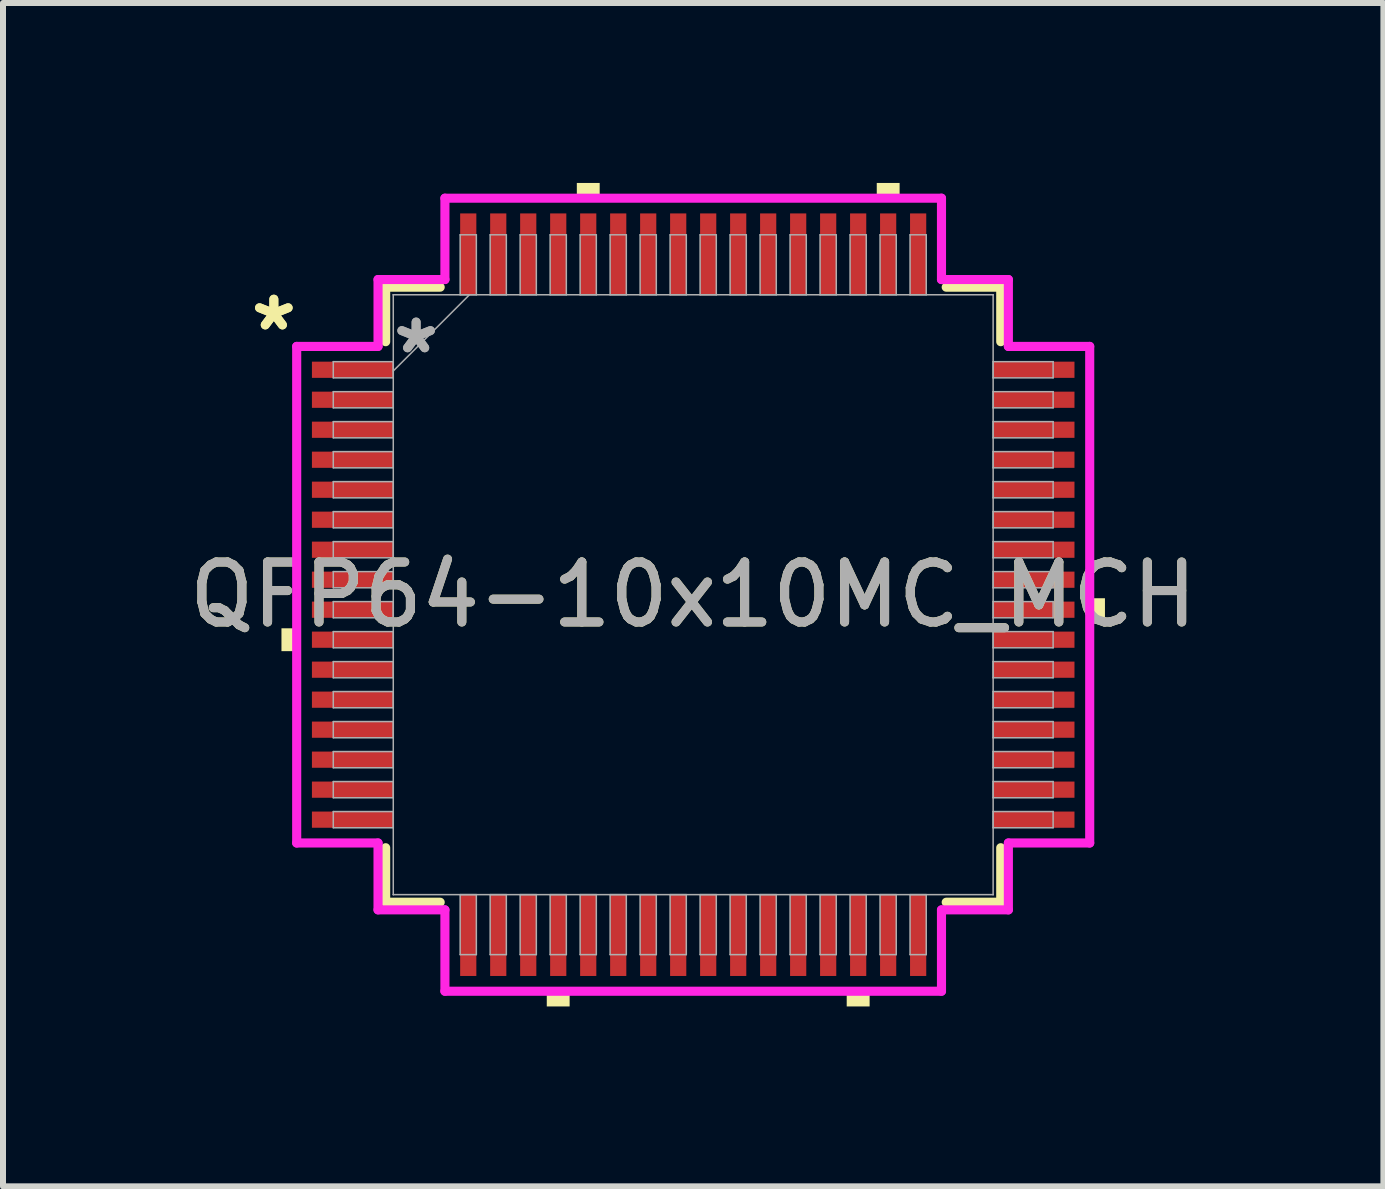
<source format=kicad_pcb>
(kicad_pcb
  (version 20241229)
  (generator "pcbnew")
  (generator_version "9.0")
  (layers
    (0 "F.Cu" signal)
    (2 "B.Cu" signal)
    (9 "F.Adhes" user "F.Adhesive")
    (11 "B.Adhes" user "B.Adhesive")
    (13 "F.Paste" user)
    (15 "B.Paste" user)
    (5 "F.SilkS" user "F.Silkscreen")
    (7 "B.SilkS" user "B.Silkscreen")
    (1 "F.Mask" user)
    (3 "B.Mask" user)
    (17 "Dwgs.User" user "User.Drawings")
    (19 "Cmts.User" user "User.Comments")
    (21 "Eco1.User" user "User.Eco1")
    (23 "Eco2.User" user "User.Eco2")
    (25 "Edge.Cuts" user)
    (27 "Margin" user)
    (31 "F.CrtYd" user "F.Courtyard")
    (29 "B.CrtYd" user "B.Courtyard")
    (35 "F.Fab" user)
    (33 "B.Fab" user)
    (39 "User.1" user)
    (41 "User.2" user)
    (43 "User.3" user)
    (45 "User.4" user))
  (footprint "QFP64-10x10MC_MCH"
    (layer "F.Cu")
    (at 8.506 6.864)
    (property "Reference" "QFP64-10x10MC_MCH" (at 0 0 0) (unlocked yes) (layer "F.SilkS") (effects (font (size 1 1) (thickness 0.15))))
    (attr smd)
    (fp_line (start -5.127 -5.127) (end -5.127 -4.218) (stroke (width 0.152) (type solid)) (layer "F.SilkS"))
    (fp_line (start -5.127 4.218) (end -5.127 5.127) (stroke (width 0.152) (type solid)) (layer "F.SilkS"))
    (fp_line (start -5.127 5.127) (end -4.218 5.127) (stroke (width 0.152) (type solid)) (layer "F.SilkS"))
    (fp_line (start -4.218 -5.127) (end -5.127 -5.127) (stroke (width 0.152) (type solid)) (layer "F.SilkS"))
    (fp_line (start 4.218 5.127) (end 5.127 5.127) (stroke (width 0.152) (type solid)) (layer "F.SilkS"))
    (fp_line (start 5.127 -5.127) (end 4.218 -5.127) (stroke (width 0.152) (type solid)) (layer "F.SilkS"))
    (fp_line (start 5.127 -4.218) (end 5.127 -5.127) (stroke (width 0.152) (type solid)) (layer "F.SilkS"))
    (fp_line (start 5.127 5.127) (end 5.127 4.218) (stroke (width 0.152) (type solid)) (layer "F.SilkS"))
    (fp_poly (pts (xy -6.864 0.56) (xy -6.864 0.941) (xy -6.61 0.941) (xy -6.61 0.56)) (stroke (width 0) (type solid)) (fill yes) (layer "F.SilkS"))
    (fp_poly (pts (xy -2.441 6.61) (xy -2.441 6.864) (xy -2.06 6.864) (xy -2.06 6.61)) (stroke (width 0) (type solid)) (fill yes) (layer "F.SilkS"))
    (fp_poly (pts (xy -1.94 -6.61) (xy -1.94 -6.864) (xy -1.559 -6.864) (xy -1.559 -6.61)) (stroke (width 0) (type solid)) (fill yes) (layer "F.SilkS"))
    (fp_poly (pts (xy 2.559 6.61) (xy 2.559 6.864) (xy 2.941 6.864) (xy 2.941 6.61)) (stroke (width 0) (type solid)) (fill yes) (layer "F.SilkS"))
    (fp_poly (pts (xy 3.06 -6.61) (xy 3.06 -6.864) (xy 3.441 -6.864) (xy 3.441 -6.61)) (stroke (width 0) (type solid)) (fill yes) (layer "F.SilkS"))
    (fp_poly (pts (xy 6.864 0.059) (xy 6.864 0.441) (xy 6.61 0.441) (xy 6.61 0.059)) (stroke (width 0) (type solid)) (fill yes) (layer "F.SilkS"))
    (fp_line (start -6.61 -4.139) (end -5.254 -4.139) (stroke (width 0.152) (type solid)) (layer "F.CrtYd"))
    (fp_line (start -6.61 4.139) (end -6.61 -4.139) (stroke (width 0.152) (type solid)) (layer "F.CrtYd"))
    (fp_line (start -5.254 -5.254) (end -4.139 -5.254) (stroke (width 0.152) (type solid)) (layer "F.CrtYd"))
    (fp_line (start -5.254 -4.139) (end -5.254 -5.254) (stroke (width 0.152) (type solid)) (layer "F.CrtYd"))
    (fp_line (start -5.254 4.139) (end -6.61 4.139) (stroke (width 0.152) (type solid)) (layer "F.CrtYd"))
    (fp_line (start -5.254 5.254) (end -5.254 4.139) (stroke (width 0.152) (type solid)) (layer "F.CrtYd"))
    (fp_line (start -5.254 5.254) (end -4.139 5.254) (stroke (width 0.152) (type solid)) (layer "F.CrtYd"))
    (fp_line (start -4.139 -6.61) (end 4.139 -6.61) (stroke (width 0.152) (type solid)) (layer "F.CrtYd"))
    (fp_line (start -4.139 -5.254) (end -4.139 -6.61) (stroke (width 0.152) (type solid)) (layer "F.CrtYd"))
    (fp_line (start -4.139 5.254) (end -4.139 6.61) (stroke (width 0.152) (type solid)) (layer "F.CrtYd"))
    (fp_line (start -4.139 6.61) (end 4.139 6.61) (stroke (width 0.152) (type solid)) (layer "F.CrtYd"))
    (fp_line (start 4.139 -6.61) (end 4.139 -5.254) (stroke (width 0.152) (type solid)) (layer "F.CrtYd"))
    (fp_line (start 4.139 -5.254) (end 5.254 -5.254) (stroke (width 0.152) (type solid)) (layer "F.CrtYd"))
    (fp_line (start 4.139 5.254) (end 5.254 5.254) (stroke (width 0.152) (type solid)) (layer "F.CrtYd"))
    (fp_line (start 4.139 6.61) (end 4.139 5.254) (stroke (width 0.152) (type solid)) (layer "F.CrtYd"))
    (fp_line (start 5.254 -4.139) (end 5.254 -5.254) (stroke (width 0.152) (type solid)) (layer "F.CrtYd"))
    (fp_line (start 5.254 4.139) (end 6.61 4.139) (stroke (width 0.152) (type solid)) (layer "F.CrtYd"))
    (fp_line (start 5.254 5.254) (end 5.254 4.139) (stroke (width 0.152) (type solid)) (layer "F.CrtYd"))
    (fp_line (start 6.61 -4.139) (end 5.254 -4.139) (stroke (width 0.152) (type solid)) (layer "F.CrtYd"))
    (fp_line (start 6.61 4.139) (end 6.61 -4.139) (stroke (width 0.152) (type solid)) (layer "F.CrtYd"))
    (fp_line (start -6 -3.885) (end -6 -3.615) (stroke (width 0.025) (type solid)) (layer "F.Fab"))
    (fp_line (start -6 -3.615) (end -5 -3.615) (stroke (width 0.025) (type solid)) (layer "F.Fab"))
    (fp_line (start -6 -3.385) (end -6 -3.115) (stroke (width 0.025) (type solid)) (layer "F.Fab"))
    (fp_line (start -6 -3.115) (end -5 -3.115) (stroke (width 0.025) (type solid)) (layer "F.Fab"))
    (fp_line (start -6 -2.885) (end -6 -2.615) (stroke (width 0.025) (type solid)) (layer "F.Fab"))
    (fp_line (start -6 -2.615) (end -5 -2.615) (stroke (width 0.025) (type solid)) (layer "F.Fab"))
    (fp_line (start -6 -2.385) (end -6 -2.115) (stroke (width 0.025) (type solid)) (layer "F.Fab"))
    (fp_line (start -6 -2.115) (end -5 -2.115) (stroke (width 0.025) (type solid)) (layer "F.Fab"))
    (fp_line (start -6 -1.885) (end -6 -1.615) (stroke (width 0.025) (type solid)) (layer "F.Fab"))
    (fp_line (start -6 -1.615) (end -5 -1.615) (stroke (width 0.025) (type solid)) (layer "F.Fab"))
    (fp_line (start -6 -1.385) (end -6 -1.115) (stroke (width 0.025) (type solid)) (layer "F.Fab"))
    (fp_line (start -6 -1.115) (end -5 -1.115) (stroke (width 0.025) (type solid)) (layer "F.Fab"))
    (fp_line (start -6 -0.885) (end -6 -0.615) (stroke (width 0.025) (type solid)) (layer "F.Fab"))
    (fp_line (start -6 -0.615) (end -5 -0.615) (stroke (width 0.025) (type solid)) (layer "F.Fab"))
    (fp_line (start -6 -0.385) (end -6 -0.115) (stroke (width 0.025) (type solid)) (layer "F.Fab"))
    (fp_line (start -6 -0.115) (end -5 -0.115) (stroke (width 0.025) (type solid)) (layer "F.Fab"))
    (fp_line (start -6 0.115) (end -6 0.385) (stroke (width 0.025) (type solid)) (layer "F.Fab"))
    (fp_line (start -6 0.385) (end -5 0.385) (stroke (width 0.025) (type solid)) (layer "F.Fab"))
    (fp_line (start -6 0.615) (end -6 0.885) (stroke (width 0.025) (type solid)) (layer "F.Fab"))
    (fp_line (start -6 0.885) (end -5 0.885) (stroke (width 0.025) (type solid)) (layer "F.Fab"))
    (fp_line (start -6 1.115) (end -6 1.385) (stroke (width 0.025) (type solid)) (layer "F.Fab"))
    (fp_line (start -6 1.385) (end -5 1.385) (stroke (width 0.025) (type solid)) (layer "F.Fab"))
    (fp_line (start -6 1.615) (end -6 1.885) (stroke (width 0.025) (type solid)) (layer "F.Fab"))
    (fp_line (start -6 1.885) (end -5 1.885) (stroke (width 0.025) (type solid)) (layer "F.Fab"))
    (fp_line (start -6 2.115) (end -6 2.385) (stroke (width 0.025) (type solid)) (layer "F.Fab"))
    (fp_line (start -6 2.385) (end -5 2.385) (stroke (width 0.025) (type solid)) (layer "F.Fab"))
    (fp_line (start -6 2.615) (end -6 2.885) (stroke (width 0.025) (type solid)) (layer "F.Fab"))
    (fp_line (start -6 2.885) (end -5 2.885) (stroke (width 0.025) (type solid)) (layer "F.Fab"))
    (fp_line (start -6 3.115) (end -6 3.385) (stroke (width 0.025) (type solid)) (layer "F.Fab"))
    (fp_line (start -6 3.385) (end -5 3.385) (stroke (width 0.025) (type solid)) (layer "F.Fab"))
    (fp_line (start -6 3.615) (end -6 3.885) (stroke (width 0.025) (type solid)) (layer "F.Fab"))
    (fp_line (start -6 3.885) (end -5 3.885) (stroke (width 0.025) (type solid)) (layer "F.Fab"))
    (fp_line (start -5 -5) (end -5 -5) (stroke (width 0.025) (type solid)) (layer "F.Fab"))
    (fp_line (start -5 -5) (end -5 5) (stroke (width 0.025) (type solid)) (layer "F.Fab"))
    (fp_line (start -5 -3.885) (end -6 -3.885) (stroke (width 0.025) (type solid)) (layer "F.Fab"))
    (fp_line (start -5 -3.73) (end -3.73 -5) (stroke (width 0.025) (type solid)) (layer "F.Fab"))
    (fp_line (start -5 -3.615) (end -5 -3.885) (stroke (width 0.025) (type solid)) (layer "F.Fab"))
    (fp_line (start -5 -3.385) (end -6 -3.385) (stroke (width 0.025) (type solid)) (layer "F.Fab"))
    (fp_line (start -5 -3.115) (end -5 -3.385) (stroke (width 0.025) (type solid)) (layer "F.Fab"))
    (fp_line (start -5 -2.885) (end -6 -2.885) (stroke (width 0.025) (type solid)) (layer "F.Fab"))
    (fp_line (start -5 -2.615) (end -5 -2.885) (stroke (width 0.025) (type solid)) (layer "F.Fab"))
    (fp_line (start -5 -2.385) (end -6 -2.385) (stroke (width 0.025) (type solid)) (layer "F.Fab"))
    (fp_line (start -5 -2.115) (end -5 -2.385) (stroke (width 0.025) (type solid)) (layer "F.Fab"))
    (fp_line (start -5 -1.885) (end -6 -1.885) (stroke (width 0.025) (type solid)) (layer "F.Fab"))
    (fp_line (start -5 -1.615) (end -5 -1.885) (stroke (width 0.025) (type solid)) (layer "F.Fab"))
    (fp_line (start -5 -1.385) (end -6 -1.385) (stroke (width 0.025) (type solid)) (layer "F.Fab"))
    (fp_line (start -5 -1.115) (end -5 -1.385) (stroke (width 0.025) (type solid)) (layer "F.Fab"))
    (fp_line (start -5 -0.885) (end -6 -0.885) (stroke (width 0.025) (type solid)) (layer "F.Fab"))
    (fp_line (start -5 -0.615) (end -5 -0.885) (stroke (width 0.025) (type solid)) (layer "F.Fab"))
    (fp_line (start -5 -0.385) (end -6 -0.385) (stroke (width 0.025) (type solid)) (layer "F.Fab"))
    (fp_line (start -5 -0.115) (end -5 -0.385) (stroke (width 0.025) (type solid)) (layer "F.Fab"))
    (fp_line (start -5 0.115) (end -6 0.115) (stroke (width 0.025) (type solid)) (layer "F.Fab"))
    (fp_line (start -5 0.385) (end -5 0.115) (stroke (width 0.025) (type solid)) (layer "F.Fab"))
    (fp_line (start -5 0.615) (end -6 0.615) (stroke (width 0.025) (type solid)) (layer "F.Fab"))
    (fp_line (start -5 0.885) (end -5 0.615) (stroke (width 0.025) (type solid)) (layer "F.Fab"))
    (fp_line (start -5 1.115) (end -6 1.115) (stroke (width 0.025) (type solid)) (layer "F.Fab"))
    (fp_line (start -5 1.385) (end -5 1.115) (stroke (width 0.025) (type solid)) (layer "F.Fab"))
    (fp_line (start -5 1.615) (end -6 1.615) (stroke (width 0.025) (type solid)) (layer "F.Fab"))
    (fp_line (start -5 1.885) (end -5 1.615) (stroke (width 0.025) (type solid)) (layer "F.Fab"))
    (fp_line (start -5 2.115) (end -6 2.115) (stroke (width 0.025) (type solid)) (layer "F.Fab"))
    (fp_line (start -5 2.385) (end -5 2.115) (stroke (width 0.025) (type solid)) (layer "F.Fab"))
    (fp_line (start -5 2.615) (end -6 2.615) (stroke (width 0.025) (type solid)) (layer "F.Fab"))
    (fp_line (start -5 2.885) (end -5 2.615) (stroke (width 0.025) (type solid)) (layer "F.Fab"))
    (fp_line (start -5 3.115) (end -6 3.115) (stroke (width 0.025) (type solid)) (layer "F.Fab"))
    (fp_line (start -5 3.385) (end -5 3.115) (stroke (width 0.025) (type solid)) (layer "F.Fab"))
    (fp_line (start -5 3.615) (end -6 3.615) (stroke (width 0.025) (type solid)) (layer "F.Fab"))
    (fp_line (start -5 3.885) (end -5 3.615) (stroke (width 0.025) (type solid)) (layer "F.Fab"))
    (fp_line (start -5 5) (end -5 5) (stroke (width 0.025) (type solid)) (layer "F.Fab"))
    (fp_line (start -5 5) (end 5 5) (stroke (width 0.025) (type solid)) (layer "F.Fab"))
    (fp_line (start -3.885 -6) (end -3.885 -5) (stroke (width 0.025) (type solid)) (layer "F.Fab"))
    (fp_line (start -3.885 -5) (end -3.615 -5) (stroke (width 0.025) (type solid)) (layer "F.Fab"))
    (fp_line (start -3.885 5) (end -3.885 6) (stroke (width 0.025) (type solid)) (layer "F.Fab"))
    (fp_line (start -3.885 6) (end -3.615 6) (stroke (width 0.025) (type solid)) (layer "F.Fab"))
    (fp_line (start -3.615 -6) (end -3.885 -6) (stroke (width 0.025) (type solid)) (layer "F.Fab"))
    (fp_line (start -3.615 -5) (end -3.615 -6) (stroke (width 0.025) (type solid)) (layer "F.Fab"))
    (fp_line (start -3.615 5) (end -3.885 5) (stroke (width 0.025) (type solid)) (layer "F.Fab"))
    (fp_line (start -3.615 6) (end -3.615 5) (stroke (width 0.025) (type solid)) (layer "F.Fab"))
    (fp_line (start -3.385 -6) (end -3.385 -5) (stroke (width 0.025) (type solid)) (layer "F.Fab"))
    (fp_line (start -3.385 -5) (end -3.115 -5) (stroke (width 0.025) (type solid)) (layer "F.Fab"))
    (fp_line (start -3.385 5) (end -3.385 6) (stroke (width 0.025) (type solid)) (layer "F.Fab"))
    (fp_line (start -3.385 6) (end -3.115 6) (stroke (width 0.025) (type solid)) (layer "F.Fab"))
    (fp_line (start -3.115 -6) (end -3.385 -6) (stroke (width 0.025) (type solid)) (layer "F.Fab"))
    (fp_line (start -3.115 -5) (end -3.115 -6) (stroke (width 0.025) (type solid)) (layer "F.Fab"))
    (fp_line (start -3.115 5) (end -3.385 5) (stroke (width 0.025) (type solid)) (layer "F.Fab"))
    (fp_line (start -3.115 6) (end -3.115 5) (stroke (width 0.025) (type solid)) (layer "F.Fab"))
    (fp_line (start -2.885 -6) (end -2.885 -5) (stroke (width 0.025) (type solid)) (layer "F.Fab"))
    (fp_line (start -2.885 -5) (end -2.615 -5) (stroke (width 0.025) (type solid)) (layer "F.Fab"))
    (fp_line (start -2.885 5) (end -2.885 6) (stroke (width 0.025) (type solid)) (layer "F.Fab"))
    (fp_line (start -2.885 6) (end -2.615 6) (stroke (width 0.025) (type solid)) (layer "F.Fab"))
    (fp_line (start -2.615 -6) (end -2.885 -6) (stroke (width 0.025) (type solid)) (layer "F.Fab"))
    (fp_line (start -2.615 -5) (end -2.615 -6) (stroke (width 0.025) (type solid)) (layer "F.Fab"))
    (fp_line (start -2.615 5) (end -2.885 5) (stroke (width 0.025) (type solid)) (layer "F.Fab"))
    (fp_line (start -2.615 6) (end -2.615 5) (stroke (width 0.025) (type solid)) (layer "F.Fab"))
    (fp_line (start -2.385 -6) (end -2.385 -5) (stroke (width 0.025) (type solid)) (layer "F.Fab"))
    (fp_line (start -2.385 -5) (end -2.115 -5) (stroke (width 0.025) (type solid)) (layer "F.Fab"))
    (fp_line (start -2.385 5) (end -2.385 6) (stroke (width 0.025) (type solid)) (layer "F.Fab"))
    (fp_line (start -2.385 6) (end -2.115 6) (stroke (width 0.025) (type solid)) (layer "F.Fab"))
    (fp_line (start -2.115 -6) (end -2.385 -6) (stroke (width 0.025) (type solid)) (layer "F.Fab"))
    (fp_line (start -2.115 -5) (end -2.115 -6) (stroke (width 0.025) (type solid)) (layer "F.Fab"))
    (fp_line (start -2.115 5) (end -2.385 5) (stroke (width 0.025) (type solid)) (layer "F.Fab"))
    (fp_line (start -2.115 6) (end -2.115 5) (stroke (width 0.025) (type solid)) (layer "F.Fab"))
    (fp_line (start -1.885 -6) (end -1.885 -5) (stroke (width 0.025) (type solid)) (layer "F.Fab"))
    (fp_line (start -1.885 -5) (end -1.615 -5) (stroke (width 0.025) (type solid)) (layer "F.Fab"))
    (fp_line (start -1.885 5) (end -1.885 6) (stroke (width 0.025) (type solid)) (layer "F.Fab"))
    (fp_line (start -1.885 6) (end -1.615 6) (stroke (width 0.025) (type solid)) (layer "F.Fab"))
    (fp_line (start -1.615 -6) (end -1.885 -6) (stroke (width 0.025) (type solid)) (layer "F.Fab"))
    (fp_line (start -1.615 -5) (end -1.615 -6) (stroke (width 0.025) (type solid)) (layer "F.Fab"))
    (fp_line (start -1.615 5) (end -1.885 5) (stroke (width 0.025) (type solid)) (layer "F.Fab"))
    (fp_line (start -1.615 6) (end -1.615 5) (stroke (width 0.025) (type solid)) (layer "F.Fab"))
    (fp_line (start -1.385 -6) (end -1.385 -5) (stroke (width 0.025) (type solid)) (layer "F.Fab"))
    (fp_line (start -1.385 -5) (end -1.115 -5) (stroke (width 0.025) (type solid)) (layer "F.Fab"))
    (fp_line (start -1.385 5) (end -1.385 6) (stroke (width 0.025) (type solid)) (layer "F.Fab"))
    (fp_line (start -1.385 6) (end -1.115 6) (stroke (width 0.025) (type solid)) (layer "F.Fab"))
    (fp_line (start -1.115 -6) (end -1.385 -6) (stroke (width 0.025) (type solid)) (layer "F.Fab"))
    (fp_line (start -1.115 -5) (end -1.115 -6) (stroke (width 0.025) (type solid)) (layer "F.Fab"))
    (fp_line (start -1.115 5) (end -1.385 5) (stroke (width 0.025) (type solid)) (layer "F.Fab"))
    (fp_line (start -1.115 6) (end -1.115 5) (stroke (width 0.025) (type solid)) (layer "F.Fab"))
    (fp_line (start -0.885 -6) (end -0.885 -5) (stroke (width 0.025) (type solid)) (layer "F.Fab"))
    (fp_line (start -0.885 -5) (end -0.615 -5) (stroke (width 0.025) (type solid)) (layer "F.Fab"))
    (fp_line (start -0.885 5) (end -0.885 6) (stroke (width 0.025) (type solid)) (layer "F.Fab"))
    (fp_line (start -0.885 6) (end -0.615 6) (stroke (width 0.025) (type solid)) (layer "F.Fab"))
    (fp_line (start -0.615 -6) (end -0.885 -6) (stroke (width 0.025) (type solid)) (layer "F.Fab"))
    (fp_line (start -0.615 -5) (end -0.615 -6) (stroke (width 0.025) (type solid)) (layer "F.Fab"))
    (fp_line (start -0.615 5) (end -0.885 5) (stroke (width 0.025) (type solid)) (layer "F.Fab"))
    (fp_line (start -0.615 6) (end -0.615 5) (stroke (width 0.025) (type solid)) (layer "F.Fab"))
    (fp_line (start -0.385 -6) (end -0.385 -5) (stroke (width 0.025) (type solid)) (layer "F.Fab"))
    (fp_line (start -0.385 -5) (end -0.115 -5) (stroke (width 0.025) (type solid)) (layer "F.Fab"))
    (fp_line (start -0.385 5) (end -0.385 6) (stroke (width 0.025) (type solid)) (layer "F.Fab"))
    (fp_line (start -0.385 6) (end -0.115 6) (stroke (width 0.025) (type solid)) (layer "F.Fab"))
    (fp_line (start -0.115 -6) (end -0.385 -6) (stroke (width 0.025) (type solid)) (layer "F.Fab"))
    (fp_line (start -0.115 -5) (end -0.115 -6) (stroke (width 0.025) (type solid)) (layer "F.Fab"))
    (fp_line (start -0.115 5) (end -0.385 5) (stroke (width 0.025) (type solid)) (layer "F.Fab"))
    (fp_line (start -0.115 6) (end -0.115 5) (stroke (width 0.025) (type solid)) (layer "F.Fab"))
    (fp_line (start 0.115 -6) (end 0.115 -5) (stroke (width 0.025) (type solid)) (layer "F.Fab"))
    (fp_line (start 0.115 -5) (end 0.385 -5) (stroke (width 0.025) (type solid)) (layer "F.Fab"))
    (fp_line (start 0.115 5) (end 0.115 6) (stroke (width 0.025) (type solid)) (layer "F.Fab"))
    (fp_line (start 0.115 6) (end 0.385 6) (stroke (width 0.025) (type solid)) (layer "F.Fab"))
    (fp_line (start 0.385 -6) (end 0.115 -6) (stroke (width 0.025) (type solid)) (layer "F.Fab"))
    (fp_line (start 0.385 -5) (end 0.385 -6) (stroke (width 0.025) (type solid)) (layer "F.Fab"))
    (fp_line (start 0.385 5) (end 0.115 5) (stroke (width 0.025) (type solid)) (layer "F.Fab"))
    (fp_line (start 0.385 6) (end 0.385 5) (stroke (width 0.025) (type solid)) (layer "F.Fab"))
    (fp_line (start 0.615 -6) (end 0.615 -5) (stroke (width 0.025) (type solid)) (layer "F.Fab"))
    (fp_line (start 0.615 -5) (end 0.885 -5) (stroke (width 0.025) (type solid)) (layer "F.Fab"))
    (fp_line (start 0.615 5) (end 0.615 6) (stroke (width 0.025) (type solid)) (layer "F.Fab"))
    (fp_line (start 0.615 6) (end 0.885 6) (stroke (width 0.025) (type solid)) (layer "F.Fab"))
    (fp_line (start 0.885 -6) (end 0.615 -6) (stroke (width 0.025) (type solid)) (layer "F.Fab"))
    (fp_line (start 0.885 -5) (end 0.885 -6) (stroke (width 0.025) (type solid)) (layer "F.Fab"))
    (fp_line (start 0.885 5) (end 0.615 5) (stroke (width 0.025) (type solid)) (layer "F.Fab"))
    (fp_line (start 0.885 6) (end 0.885 5) (stroke (width 0.025) (type solid)) (layer "F.Fab"))
    (fp_line (start 1.115 -6) (end 1.115 -5) (stroke (width 0.025) (type solid)) (layer "F.Fab"))
    (fp_line (start 1.115 -5) (end 1.385 -5) (stroke (width 0.025) (type solid)) (layer "F.Fab"))
    (fp_line (start 1.115 5) (end 1.115 6) (stroke (width 0.025) (type solid)) (layer "F.Fab"))
    (fp_line (start 1.115 6) (end 1.385 6) (stroke (width 0.025) (type solid)) (layer "F.Fab"))
    (fp_line (start 1.385 -6) (end 1.115 -6) (stroke (width 0.025) (type solid)) (layer "F.Fab"))
    (fp_line (start 1.385 -5) (end 1.385 -6) (stroke (width 0.025) (type solid)) (layer "F.Fab"))
    (fp_line (start 1.385 5) (end 1.115 5) (stroke (width 0.025) (type solid)) (layer "F.Fab"))
    (fp_line (start 1.385 6) (end 1.385 5) (stroke (width 0.025) (type solid)) (layer "F.Fab"))
    (fp_line (start 1.615 -6) (end 1.615 -5) (stroke (width 0.025) (type solid)) (layer "F.Fab"))
    (fp_line (start 1.615 -5) (end 1.885 -5) (stroke (width 0.025) (type solid)) (layer "F.Fab"))
    (fp_line (start 1.615 5) (end 1.615 6) (stroke (width 0.025) (type solid)) (layer "F.Fab"))
    (fp_line (start 1.615 6) (end 1.885 6) (stroke (width 0.025) (type solid)) (layer "F.Fab"))
    (fp_line (start 1.885 -6) (end 1.615 -6) (stroke (width 0.025) (type solid)) (layer "F.Fab"))
    (fp_line (start 1.885 -5) (end 1.885 -6) (stroke (width 0.025) (type solid)) (layer "F.Fab"))
    (fp_line (start 1.885 5) (end 1.615 5) (stroke (width 0.025) (type solid)) (layer "F.Fab"))
    (fp_line (start 1.885 6) (end 1.885 5) (stroke (width 0.025) (type solid)) (layer "F.Fab"))
    (fp_line (start 2.115 -6) (end 2.115 -5) (stroke (width 0.025) (type solid)) (layer "F.Fab"))
    (fp_line (start 2.115 -5) (end 2.385 -5) (stroke (width 0.025) (type solid)) (layer "F.Fab"))
    (fp_line (start 2.115 5) (end 2.115 6) (stroke (width 0.025) (type solid)) (layer "F.Fab"))
    (fp_line (start 2.115 6) (end 2.385 6) (stroke (width 0.025) (type solid)) (layer "F.Fab"))
    (fp_line (start 2.385 -6) (end 2.115 -6) (stroke (width 0.025) (type solid)) (layer "F.Fab"))
    (fp_line (start 2.385 -5) (end 2.385 -6) (stroke (width 0.025) (type solid)) (layer "F.Fab"))
    (fp_line (start 2.385 5) (end 2.115 5) (stroke (width 0.025) (type solid)) (layer "F.Fab"))
    (fp_line (start 2.385 6) (end 2.385 5) (stroke (width 0.025) (type solid)) (layer "F.Fab"))
    (fp_line (start 2.615 -6) (end 2.615 -5) (stroke (width 0.025) (type solid)) (layer "F.Fab"))
    (fp_line (start 2.615 -5) (end 2.885 -5) (stroke (width 0.025) (type solid)) (layer "F.Fab"))
    (fp_line (start 2.615 5) (end 2.615 6) (stroke (width 0.025) (type solid)) (layer "F.Fab"))
    (fp_line (start 2.615 6) (end 2.885 6) (stroke (width 0.025) (type solid)) (layer "F.Fab"))
    (fp_line (start 2.885 -6) (end 2.615 -6) (stroke (width 0.025) (type solid)) (layer "F.Fab"))
    (fp_line (start 2.885 -5) (end 2.885 -6) (stroke (width 0.025) (type solid)) (layer "F.Fab"))
    (fp_line (start 2.885 5) (end 2.615 5) (stroke (width 0.025) (type solid)) (layer "F.Fab"))
    (fp_line (start 2.885 6) (end 2.885 5) (stroke (width 0.025) (type solid)) (layer "F.Fab"))
    (fp_line (start 3.115 -6) (end 3.115 -5) (stroke (width 0.025) (type solid)) (layer "F.Fab"))
    (fp_line (start 3.115 -5) (end 3.385 -5) (stroke (width 0.025) (type solid)) (layer "F.Fab"))
    (fp_line (start 3.115 5) (end 3.115 6) (stroke (width 0.025) (type solid)) (layer "F.Fab"))
    (fp_line (start 3.115 6) (end 3.385 6) (stroke (width 0.025) (type solid)) (layer "F.Fab"))
    (fp_line (start 3.385 -6) (end 3.115 -6) (stroke (width 0.025) (type solid)) (layer "F.Fab"))
    (fp_line (start 3.385 -5) (end 3.385 -6) (stroke (width 0.025) (type solid)) (layer "F.Fab"))
    (fp_line (start 3.385 5) (end 3.115 5) (stroke (width 0.025) (type solid)) (layer "F.Fab"))
    (fp_line (start 3.385 6) (end 3.385 5) (stroke (width 0.025) (type solid)) (layer "F.Fab"))
    (fp_line (start 3.615 -6) (end 3.615 -5) (stroke (width 0.025) (type solid)) (layer "F.Fab"))
    (fp_line (start 3.615 -5) (end 3.885 -5) (stroke (width 0.025) (type solid)) (layer "F.Fab"))
    (fp_line (start 3.615 5) (end 3.615 6) (stroke (width 0.025) (type solid)) (layer "F.Fab"))
    (fp_line (start 3.615 6) (end 3.885 6) (stroke (width 0.025) (type solid)) (layer "F.Fab"))
    (fp_line (start 3.885 -6) (end 3.615 -6) (stroke (width 0.025) (type solid)) (layer "F.Fab"))
    (fp_line (start 3.885 -5) (end 3.885 -6) (stroke (width 0.025) (type solid)) (layer "F.Fab"))
    (fp_line (start 3.885 5) (end 3.615 5) (stroke (width 0.025) (type solid)) (layer "F.Fab"))
    (fp_line (start 3.885 6) (end 3.885 5) (stroke (width 0.025) (type solid)) (layer "F.Fab"))
    (fp_line (start 5 -5) (end -5 -5) (stroke (width 0.025) (type solid)) (layer "F.Fab"))
    (fp_line (start 5 -5) (end 5 -5) (stroke (width 0.025) (type solid)) (layer "F.Fab"))
    (fp_line (start 5 -3.885) (end 5 -3.615) (stroke (width 0.025) (type solid)) (layer "F.Fab"))
    (fp_line (start 5 -3.615) (end 6 -3.615) (stroke (width 0.025) (type solid)) (layer "F.Fab"))
    (fp_line (start 5 -3.385) (end 5 -3.115) (stroke (width 0.025) (type solid)) (layer "F.Fab"))
    (fp_line (start 5 -3.115) (end 6 -3.115) (stroke (width 0.025) (type solid)) (layer "F.Fab"))
    (fp_line (start 5 -2.885) (end 5 -2.615) (stroke (width 0.025) (type solid)) (layer "F.Fab"))
    (fp_line (start 5 -2.615) (end 6 -2.615) (stroke (width 0.025) (type solid)) (layer "F.Fab"))
    (fp_line (start 5 -2.385) (end 5 -2.115) (stroke (width 0.025) (type solid)) (layer "F.Fab"))
    (fp_line (start 5 -2.115) (end 6 -2.115) (stroke (width 0.025) (type solid)) (layer "F.Fab"))
    (fp_line (start 5 -1.885) (end 5 -1.615) (stroke (width 0.025) (type solid)) (layer "F.Fab"))
    (fp_line (start 5 -1.615) (end 6 -1.615) (stroke (width 0.025) (type solid)) (layer "F.Fab"))
    (fp_line (start 5 -1.385) (end 5 -1.115) (stroke (width 0.025) (type solid)) (layer "F.Fab"))
    (fp_line (start 5 -1.115) (end 6 -1.115) (stroke (width 0.025) (type solid)) (layer "F.Fab"))
    (fp_line (start 5 -0.885) (end 5 -0.615) (stroke (width 0.025) (type solid)) (layer "F.Fab"))
    (fp_line (start 5 -0.615) (end 6 -0.615) (stroke (width 0.025) (type solid)) (layer "F.Fab"))
    (fp_line (start 5 -0.385) (end 5 -0.115) (stroke (width 0.025) (type solid)) (layer "F.Fab"))
    (fp_line (start 5 -0.115) (end 6 -0.115) (stroke (width 0.025) (type solid)) (layer "F.Fab"))
    (fp_line (start 5 0.115) (end 5 0.385) (stroke (width 0.025) (type solid)) (layer "F.Fab"))
    (fp_line (start 5 0.385) (end 6 0.385) (stroke (width 0.025) (type solid)) (layer "F.Fab"))
    (fp_line (start 5 0.615) (end 5 0.885) (stroke (width 0.025) (type solid)) (layer "F.Fab"))
    (fp_line (start 5 0.885) (end 6 0.885) (stroke (width 0.025) (type solid)) (layer "F.Fab"))
    (fp_line (start 5 1.115) (end 5 1.385) (stroke (width 0.025) (type solid)) (layer "F.Fab"))
    (fp_line (start 5 1.385) (end 6 1.385) (stroke (width 0.025) (type solid)) (layer "F.Fab"))
    (fp_line (start 5 1.615) (end 5 1.885) (stroke (width 0.025) (type solid)) (layer "F.Fab"))
    (fp_line (start 5 1.885) (end 6 1.885) (stroke (width 0.025) (type solid)) (layer "F.Fab"))
    (fp_line (start 5 2.115) (end 5 2.385) (stroke (width 0.025) (type solid)) (layer "F.Fab"))
    (fp_line (start 5 2.385) (end 6 2.385) (stroke (width 0.025) (type solid)) (layer "F.Fab"))
    (fp_line (start 5 2.615) (end 5 2.885) (stroke (width 0.025) (type solid)) (layer "F.Fab"))
    (fp_line (start 5 2.885) (end 6 2.885) (stroke (width 0.025) (type solid)) (layer "F.Fab"))
    (fp_line (start 5 3.115) (end 5 3.385) (stroke (width 0.025) (type solid)) (layer "F.Fab"))
    (fp_line (start 5 3.385) (end 6 3.385) (stroke (width 0.025) (type solid)) (layer "F.Fab"))
    (fp_line (start 5 3.615) (end 5 3.885) (stroke (width 0.025) (type solid)) (layer "F.Fab"))
    (fp_line (start 5 3.885) (end 6 3.885) (stroke (width 0.025) (type solid)) (layer "F.Fab"))
    (fp_line (start 5 5) (end 5 -5) (stroke (width 0.025) (type solid)) (layer "F.Fab"))
    (fp_line (start 5 5) (end 5 5) (stroke (width 0.025) (type solid)) (layer "F.Fab"))
    (fp_line (start 6 -3.885) (end 5 -3.885) (stroke (width 0.025) (type solid)) (layer "F.Fab"))
    (fp_line (start 6 -3.615) (end 6 -3.885) (stroke (width 0.025) (type solid)) (layer "F.Fab"))
    (fp_line (start 6 -3.385) (end 5 -3.385) (stroke (width 0.025) (type solid)) (layer "F.Fab"))
    (fp_line (start 6 -3.115) (end 6 -3.385) (stroke (width 0.025) (type solid)) (layer "F.Fab"))
    (fp_line (start 6 -2.885) (end 5 -2.885) (stroke (width 0.025) (type solid)) (layer "F.Fab"))
    (fp_line (start 6 -2.615) (end 6 -2.885) (stroke (width 0.025) (type solid)) (layer "F.Fab"))
    (fp_line (start 6 -2.385) (end 5 -2.385) (stroke (width 0.025) (type solid)) (layer "F.Fab"))
    (fp_line (start 6 -2.115) (end 6 -2.385) (stroke (width 0.025) (type solid)) (layer "F.Fab"))
    (fp_line (start 6 -1.885) (end 5 -1.885) (stroke (width 0.025) (type solid)) (layer "F.Fab"))
    (fp_line (start 6 -1.615) (end 6 -1.885) (stroke (width 0.025) (type solid)) (layer "F.Fab"))
    (fp_line (start 6 -1.385) (end 5 -1.385) (stroke (width 0.025) (type solid)) (layer "F.Fab"))
    (fp_line (start 6 -1.115) (end 6 -1.385) (stroke (width 0.025) (type solid)) (layer "F.Fab"))
    (fp_line (start 6 -0.885) (end 5 -0.885) (stroke (width 0.025) (type solid)) (layer "F.Fab"))
    (fp_line (start 6 -0.615) (end 6 -0.885) (stroke (width 0.025) (type solid)) (layer "F.Fab"))
    (fp_line (start 6 -0.385) (end 5 -0.385) (stroke (width 0.025) (type solid)) (layer "F.Fab"))
    (fp_line (start 6 -0.115) (end 6 -0.385) (stroke (width 0.025) (type solid)) (layer "F.Fab"))
    (fp_line (start 6 0.115) (end 5 0.115) (stroke (width 0.025) (type solid)) (layer "F.Fab"))
    (fp_line (start 6 0.385) (end 6 0.115) (stroke (width 0.025) (type solid)) (layer "F.Fab"))
    (fp_line (start 6 0.615) (end 5 0.615) (stroke (width 0.025) (type solid)) (layer "F.Fab"))
    (fp_line (start 6 0.885) (end 6 0.615) (stroke (width 0.025) (type solid)) (layer "F.Fab"))
    (fp_line (start 6 1.115) (end 5 1.115) (stroke (width 0.025) (type solid)) (layer "F.Fab"))
    (fp_line (start 6 1.385) (end 6 1.115) (stroke (width 0.025) (type solid)) (layer "F.Fab"))
    (fp_line (start 6 1.615) (end 5 1.615) (stroke (width 0.025) (type solid)) (layer "F.Fab"))
    (fp_line (start 6 1.885) (end 6 1.615) (stroke (width 0.025) (type solid)) (layer "F.Fab"))
    (fp_line (start 6 2.115) (end 5 2.115) (stroke (width 0.025) (type solid)) (layer "F.Fab"))
    (fp_line (start 6 2.385) (end 6 2.115) (stroke (width 0.025) (type solid)) (layer "F.Fab"))
    (fp_line (start 6 2.615) (end 5 2.615) (stroke (width 0.025) (type solid)) (layer "F.Fab"))
    (fp_line (start 6 2.885) (end 6 2.615) (stroke (width 0.025) (type solid)) (layer "F.Fab"))
    (fp_line (start 6 3.115) (end 5 3.115) (stroke (width 0.025) (type solid)) (layer "F.Fab"))
    (fp_line (start 6 3.385) (end 6 3.115) (stroke (width 0.025) (type solid)) (layer "F.Fab"))
    (fp_line (start 6 3.615) (end 5 3.615) (stroke (width 0.025) (type solid)) (layer "F.Fab"))
    (fp_line (start 6 3.885) (end 6 3.615) (stroke (width 0.025) (type solid)) (layer "F.Fab"))
    (fp_text user "*" (at -6.991 -4.381 0) (layer "F.SilkS") (effects (font (size 1 1) (thickness 0.15))))
    (fp_text user "*" (at -6.991 -4.381 0) (unlocked yes) (layer "F.SilkS") (effects (font (size 1 1) (thickness 0.15))))
    (fp_text user "*" (at -4.619 -4 0) (layer "F.Fab") (effects (font (size 1 1) (thickness 0.15))))
    (fp_text user "${REFERENCE}" (at 0 0 0) (unlocked yes) (layer "F.Fab") (effects (font (size 1 1) (thickness 0.15))))
    (fp_text user "*" (at -4.619 -4 0) (unlocked yes) (layer "F.Fab") (effects (font (size 1 1) (thickness 0.15))))
    (pad "1" smd rect (at -5.678 -3.75 90) (size 0.27 1.356) (layers "F.Cu" "F.Mask" "F.Paste"))
    (pad "2" smd rect (at -5.678 -3.25 90) (size 0.27 1.356) (layers "F.Cu" "F.Mask" "F.Paste"))
    (pad "3" smd rect (at -5.678 -2.75 90) (size 0.27 1.356) (layers "F.Cu" "F.Mask" "F.Paste"))
    (pad "4" smd rect (at -5.678 -2.25 90) (size 0.27 1.356) (layers "F.Cu" "F.Mask" "F.Paste"))
    (pad "5" smd rect (at -5.678 -1.75 90) (size 0.27 1.356) (layers "F.Cu" "F.Mask" "F.Paste"))
    (pad "6" smd rect (at -5.678 -1.25 90) (size 0.27 1.356) (layers "F.Cu" "F.Mask" "F.Paste"))
    (pad "7" smd rect (at -5.678 -0.75 90) (size 0.27 1.356) (layers "F.Cu" "F.Mask" "F.Paste"))
    (pad "8" smd rect (at -5.678 -0.25 90) (size 0.27 1.356) (layers "F.Cu" "F.Mask" "F.Paste"))
    (pad "9" smd rect (at -5.678 0.25 90) (size 0.27 1.356) (layers "F.Cu" "F.Mask" "F.Paste"))
    (pad "10" smd rect (at -5.678 0.75 90) (size 0.27 1.356) (layers "F.Cu" "F.Mask" "F.Paste"))
    (pad "11" smd rect (at -5.678 1.25 90) (size 0.27 1.356) (layers "F.Cu" "F.Mask" "F.Paste"))
    (pad "12" smd rect (at -5.678 1.75 90) (size 0.27 1.356) (layers "F.Cu" "F.Mask" "F.Paste"))
    (pad "13" smd rect (at -5.678 2.25 90) (size 0.27 1.356) (layers "F.Cu" "F.Mask" "F.Paste"))
    (pad "14" smd rect (at -5.678 2.75 90) (size 0.27 1.356) (layers "F.Cu" "F.Mask" "F.Paste"))
    (pad "15" smd rect (at -5.678 3.25 90) (size 0.27 1.356) (layers "F.Cu" "F.Mask" "F.Paste"))
    (pad "16" smd rect (at -5.678 3.75 90) (size 0.27 1.356) (layers "F.Cu" "F.Mask" "F.Paste"))
    (pad "17" smd rect (at -3.75 5.678) (size 0.27 1.356) (layers "F.Cu" "F.Mask" "F.Paste"))
    (pad "18" smd rect (at -3.25 5.678) (size 0.27 1.356) (layers "F.Cu" "F.Mask" "F.Paste"))
    (pad "19" smd rect (at -2.75 5.678) (size 0.27 1.356) (layers "F.Cu" "F.Mask" "F.Paste"))
    (pad "20" smd rect (at -2.25 5.678) (size 0.27 1.356) (layers "F.Cu" "F.Mask" "F.Paste"))
    (pad "21" smd rect (at -1.75 5.678) (size 0.27 1.356) (layers "F.Cu" "F.Mask" "F.Paste"))
    (pad "22" smd rect (at -1.25 5.678) (size 0.27 1.356) (layers "F.Cu" "F.Mask" "F.Paste"))
    (pad "23" smd rect (at -0.75 5.678) (size 0.27 1.356) (layers "F.Cu" "F.Mask" "F.Paste"))
    (pad "24" smd rect (at -0.25 5.678) (size 0.27 1.356) (layers "F.Cu" "F.Mask" "F.Paste"))
    (pad "25" smd rect (at 0.25 5.678) (size 0.27 1.356) (layers "F.Cu" "F.Mask" "F.Paste"))
    (pad "26" smd rect (at 0.75 5.678) (size 0.27 1.356) (layers "F.Cu" "F.Mask" "F.Paste"))
    (pad "27" smd rect (at 1.25 5.678) (size 0.27 1.356) (layers "F.Cu" "F.Mask" "F.Paste"))
    (pad "28" smd rect (at 1.75 5.678) (size 0.27 1.356) (layers "F.Cu" "F.Mask" "F.Paste"))
    (pad "29" smd rect (at 2.25 5.678) (size 0.27 1.356) (layers "F.Cu" "F.Mask" "F.Paste"))
    (pad "30" smd rect (at 2.75 5.678) (size 0.27 1.356) (layers "F.Cu" "F.Mask" "F.Paste"))
    (pad "31" smd rect (at 3.25 5.678) (size 0.27 1.356) (layers "F.Cu" "F.Mask" "F.Paste"))
    (pad "32" smd rect (at 3.75 5.678) (size 0.27 1.356) (layers "F.Cu" "F.Mask" "F.Paste"))
    (pad "33" smd rect (at 5.678 3.75 90) (size 0.27 1.356) (layers "F.Cu" "F.Mask" "F.Paste"))
    (pad "34" smd rect (at 5.678 3.25 90) (size 0.27 1.356) (layers "F.Cu" "F.Mask" "F.Paste"))
    (pad "35" smd rect (at 5.678 2.75 90) (size 0.27 1.356) (layers "F.Cu" "F.Mask" "F.Paste"))
    (pad "36" smd rect (at 5.678 2.25 90) (size 0.27 1.356) (layers "F.Cu" "F.Mask" "F.Paste"))
    (pad "37" smd rect (at 5.678 1.75 90) (size 0.27 1.356) (layers "F.Cu" "F.Mask" "F.Paste"))
    (pad "38" smd rect (at 5.678 1.25 90) (size 0.27 1.356) (layers "F.Cu" "F.Mask" "F.Paste"))
    (pad "39" smd rect (at 5.678 0.75 90) (size 0.27 1.356) (layers "F.Cu" "F.Mask" "F.Paste"))
    (pad "40" smd rect (at 5.678 0.25 90) (size 0.27 1.356) (layers "F.Cu" "F.Mask" "F.Paste"))
    (pad "41" smd rect (at 5.678 -0.25 90) (size 0.27 1.356) (layers "F.Cu" "F.Mask" "F.Paste"))
    (pad "42" smd rect (at 5.678 -0.75 90) (size 0.27 1.356) (layers "F.Cu" "F.Mask" "F.Paste"))
    (pad "43" smd rect (at 5.678 -1.25 90) (size 0.27 1.356) (layers "F.Cu" "F.Mask" "F.Paste"))
    (pad "44" smd rect (at 5.678 -1.75 90) (size 0.27 1.356) (layers "F.Cu" "F.Mask" "F.Paste"))
    (pad "45" smd rect (at 5.678 -2.25 90) (size 0.27 1.356) (layers "F.Cu" "F.Mask" "F.Paste"))
    (pad "46" smd rect (at 5.678 -2.75 90) (size 0.27 1.356) (layers "F.Cu" "F.Mask" "F.Paste"))
    (pad "47" smd rect (at 5.678 -3.25 90) (size 0.27 1.356) (layers "F.Cu" "F.Mask" "F.Paste"))
    (pad "48" smd rect (at 5.678 -3.75 90) (size 0.27 1.356) (layers "F.Cu" "F.Mask" "F.Paste"))
    (pad "49" smd rect (at 3.75 -5.678) (size 0.27 1.356) (layers "F.Cu" "F.Mask" "F.Paste"))
    (pad "50" smd rect (at 3.25 -5.678) (size 0.27 1.356) (layers "F.Cu" "F.Mask" "F.Paste"))
    (pad "51" smd rect (at 2.75 -5.678) (size 0.27 1.356) (layers "F.Cu" "F.Mask" "F.Paste"))
    (pad "52" smd rect (at 2.25 -5.678) (size 0.27 1.356) (layers "F.Cu" "F.Mask" "F.Paste"))
    (pad "53" smd rect (at 1.75 -5.678) (size 0.27 1.356) (layers "F.Cu" "F.Mask" "F.Paste"))
    (pad "54" smd rect (at 1.25 -5.678) (size 0.27 1.356) (layers "F.Cu" "F.Mask" "F.Paste"))
    (pad "55" smd rect (at 0.75 -5.678) (size 0.27 1.356) (layers "F.Cu" "F.Mask" "F.Paste"))
    (pad "56" smd rect (at 0.25 -5.678) (size 0.27 1.356) (layers "F.Cu" "F.Mask" "F.Paste"))
    (pad "57" smd rect (at -0.25 -5.678) (size 0.27 1.356) (layers "F.Cu" "F.Mask" "F.Paste"))
    (pad "58" smd rect (at -0.75 -5.678) (size 0.27 1.356) (layers "F.Cu" "F.Mask" "F.Paste"))
    (pad "59" smd rect (at -1.25 -5.678) (size 0.27 1.356) (layers "F.Cu" "F.Mask" "F.Paste"))
    (pad "60" smd rect (at -1.75 -5.678) (size 0.27 1.356) (layers "F.Cu" "F.Mask" "F.Paste"))
    (pad "61" smd rect (at -2.25 -5.678) (size 0.27 1.356) (layers "F.Cu" "F.Mask" "F.Paste"))
    (pad "62" smd rect (at -2.75 -5.678) (size 0.27 1.356) (layers "F.Cu" "F.Mask" "F.Paste"))
    (pad "63" smd rect (at -3.25 -5.678) (size 0.27 1.356) (layers "F.Cu" "F.Mask" "F.Paste"))
    (pad "64" smd rect (at -3.75 -5.678) (size 0.27 1.356) (layers "F.Cu" "F.Mask" "F.Paste")))
  (gr_rect
    (start -3 -3)
    (end 20.012 16.727)
    (stroke (width 0.1) (type default))
    (fill no)
    (layer "Edge.Cuts")))
</source>
